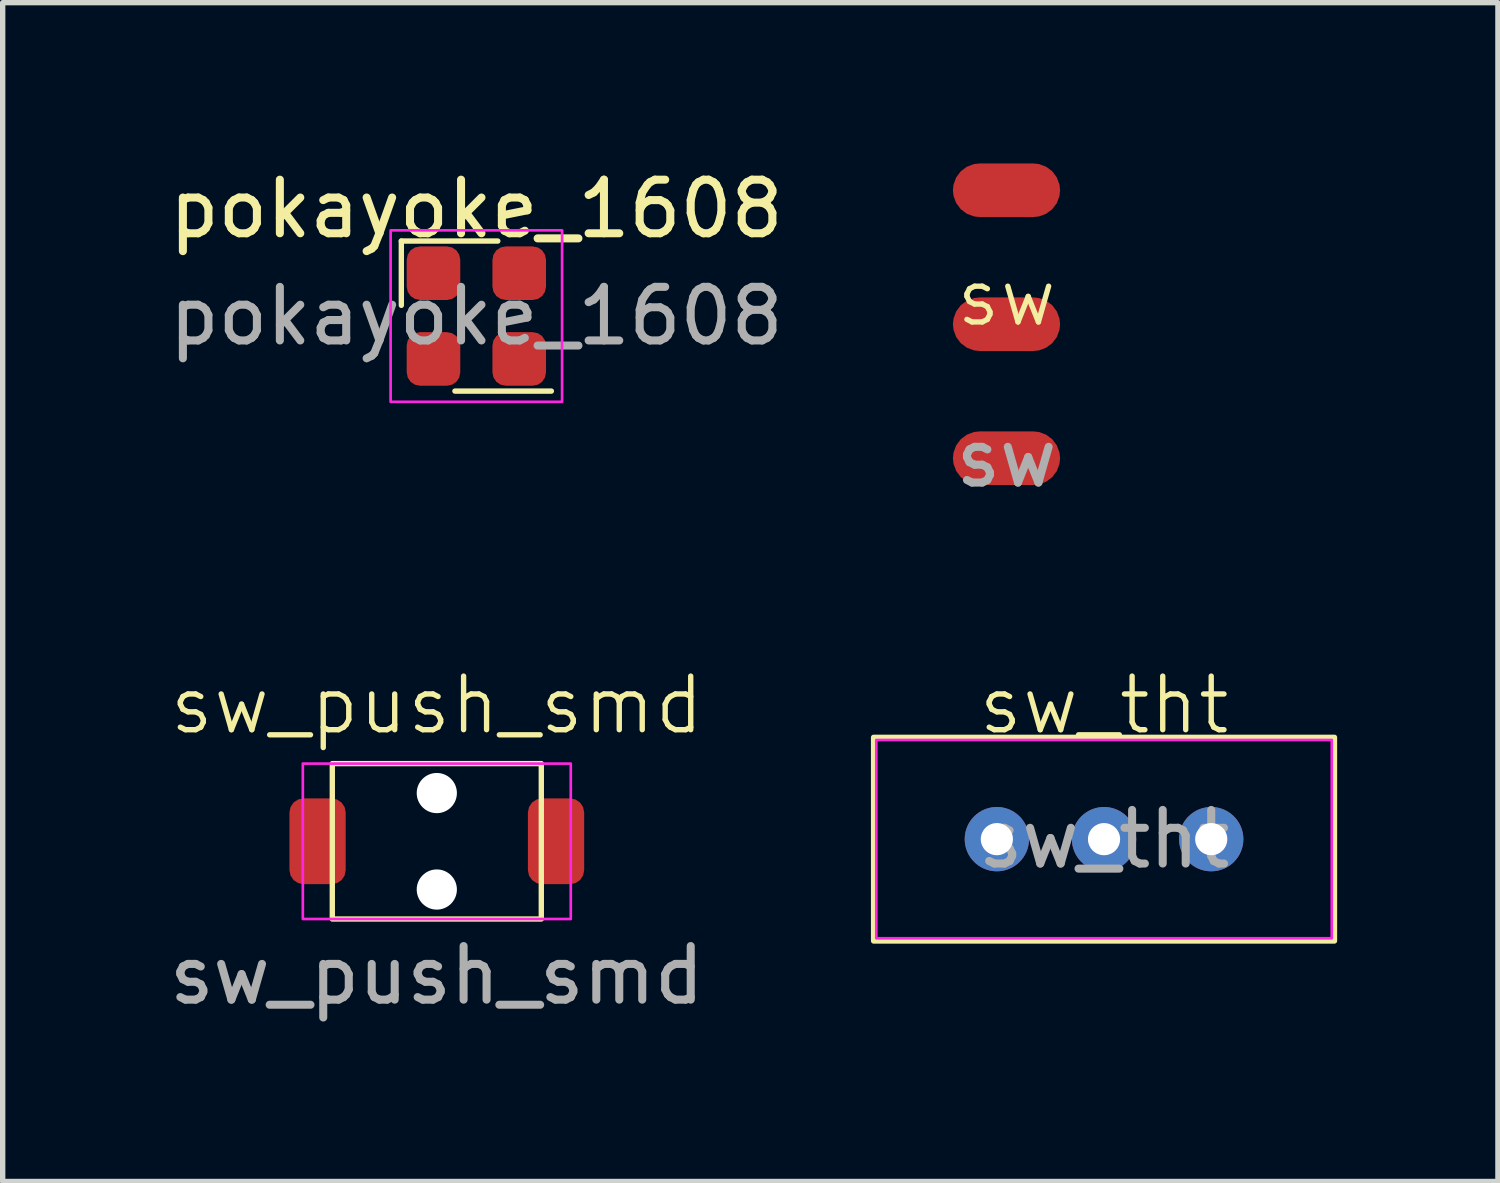
<source format=kicad_pcb>
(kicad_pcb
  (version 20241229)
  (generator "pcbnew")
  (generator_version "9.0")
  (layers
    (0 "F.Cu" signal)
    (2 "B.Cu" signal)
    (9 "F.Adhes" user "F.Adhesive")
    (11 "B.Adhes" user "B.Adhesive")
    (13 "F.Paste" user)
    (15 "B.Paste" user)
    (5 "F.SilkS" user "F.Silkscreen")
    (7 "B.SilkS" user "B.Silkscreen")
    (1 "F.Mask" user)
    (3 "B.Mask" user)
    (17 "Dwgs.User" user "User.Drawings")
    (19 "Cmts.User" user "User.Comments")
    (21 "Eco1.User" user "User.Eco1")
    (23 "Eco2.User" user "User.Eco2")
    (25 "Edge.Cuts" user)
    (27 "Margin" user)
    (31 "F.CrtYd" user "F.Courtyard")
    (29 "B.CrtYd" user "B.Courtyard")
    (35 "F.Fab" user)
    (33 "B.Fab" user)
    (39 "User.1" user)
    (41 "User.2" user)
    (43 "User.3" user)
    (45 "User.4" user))
  (footprint "sw_tht"
    (layer "F.Cu")
    (at 17.552 12.609)
    (property "Reference" "sw_tht" (at 0 -2.5 0) (unlocked yes) (layer "F.SilkS") (effects (font (size 1 1) (thickness 0.1))))
    (attr through_hole)
    (fp_rect (start -4.3 -1.9) (end 4.3 1.9) (stroke (width 0.1) (type solid)) (fill no) (layer "F.SilkS"))
    (fp_rect (start -4.25 -1.85) (end 4.25 1.85) (stroke (width 0.05) (type solid)) (fill no) (layer "F.CrtYd"))
    (fp_text user "${REFERENCE}" (at 0 0 0) (unlocked yes) (layer "F.Fab") (effects (font (size 1 1) (thickness 0.15))))
    (pad "1" thru_hole circle (at -2 0) (size 1.2 1.2) (drill 0.6) (layers "*.Cu" "*.Mask"))
    (pad "2" thru_hole circle (at 0 0) (size 1.2 1.2) (drill 0.6) (layers "*.Cu" "*.Mask"))
    (pad "3" thru_hole circle (at 2 0) (size 1.2 1.2) (drill 0.6) (layers "*.Cu" "*.Mask")))
  (footprint "sw_push_smd"
    (layer "F.Cu")
    (at 5.101 12.649)
    (property "Reference" "sw_push_smd" (at 0 -2.54 0) (unlocked yes) (layer "F.SilkS") (effects (font (size 1 1) (thickness 0.1))))
    (attr smd)
    (fp_rect (start -1.95 -1.45) (end 1.95 1.45) (stroke (width 0.1) (type default)) (fill no) (layer "F.SilkS"))
    (fp_rect (start -2.5 -1.45) (end 2.5 1.45) (stroke (width 0.05) (type default)) (fill no) (layer "F.CrtYd"))
    (fp_text user "${REFERENCE}" (at 0 2.5 0) (unlocked yes) (layer "F.Fab") (effects (font (size 1 1) (thickness 0.15))))
    (pad "" np_thru_hole circle (at 0 -0.9) (size 0.75 0.75) (drill 0.75) (layers "*.Cu" "*.Mask"))
    (pad "" np_thru_hole circle (at 0 0.9) (size 0.75 0.75) (drill 0.75) (layers "*.Cu" "*.Mask"))
    (pad "1" smd roundrect (at 2.225 0) (size 1.05 1.6) (layers "F.Cu" "F.Mask" "F.Paste") (roundrect_rratio 0.25))
    (pad "2" smd roundrect (at -2.225 0) (size 1.05 1.6) (layers "F.Cu" "F.Mask" "F.Paste") (roundrect_rratio 0.25)))
  (footprint "sw"
    (layer "F.Cu")
    (at 15.732 3)
    (property "Reference" "sw" (at 0 -0.5 0) (unlocked yes) (layer "F.SilkS") (effects (font (size 1 1) (thickness 0.1))))
    (attr smd)
    (fp_text user "${REFERENCE}" (at 0 2.5 0) (unlocked yes) (layer "F.Fab") (effects (font (size 1 1) (thickness 0.15))))
    (pad "1" smd roundrect (at 0 -2.5) (size 2 1) (layers "F.Cu" "F.Mask" "F.Paste") (roundrect_rratio 0.5))
    (pad "2" smd roundrect (at 0 0) (size 2 1) (layers "F.Cu" "F.Mask" "F.Paste") (roundrect_rratio 0.5))
    (pad "3" smd roundrect (at 0 2.5) (size 2 1) (layers "F.Cu" "F.Mask" "F.Paste") (roundrect_rratio 0.5)))
  (footprint "pokayoke_1608"
    (layer "F.Cu")
    (at 5.839 2.848)
    (property "Reference" "pokayoke_1608" (at 0 -2 0) (unlocked yes) (layer "F.SilkS") (effects (font (size 1 1) (thickness 0.15))))
    (attr smd)
    (fp_line (start -1.4 -1.4) (end -1.4 -0.2) (stroke (width 0.1) (type default)) (layer "F.SilkS"))
    (fp_line (start 0.4 -1.4) (end -1.4 -1.4) (stroke (width 0.1) (type default)) (layer "F.SilkS"))
    (fp_line (start 1.4 1.4) (end -0.4 1.4) (stroke (width 0.1) (type default)) (layer "F.SilkS"))
    (fp_rect (start -1.6 -1.6) (end 1.6 1.6) (stroke (width 0.05) (type solid)) (fill no) (layer "F.CrtYd"))
    (fp_text user "${REFERENCE}" (at 0 0 0) (unlocked yes) (layer "F.Fab") (effects (font (size 1 1) (thickness 0.15))))
    (pad "1" smd roundrect (at -0.8 -0.8) (size 1 1) (layers "F.Cu" "F.Mask" "F.Paste") (roundrect_rratio 0.25))
    (pad "2" smd roundrect (at 0.8 -0.8) (size 1 1) (layers "F.Cu" "F.Mask" "F.Paste") (roundrect_rratio 0.25))
    (pad "3" smd roundrect (at 0.8 0.8) (size 1 1) (layers "F.Cu" "F.Mask" "F.Paste") (roundrect_rratio 0.25))
    (pad "4" smd roundrect (at -0.8 0.8) (size 1 1) (layers "F.Cu" "F.Mask" "F.Paste") (roundrect_rratio 0.25)))
  (gr_rect
    (start -3 -3)
    (end 24.902 18.997)
    (stroke (width 0.1) (type default))
    (fill no)
    (layer "Edge.Cuts")))
</source>
